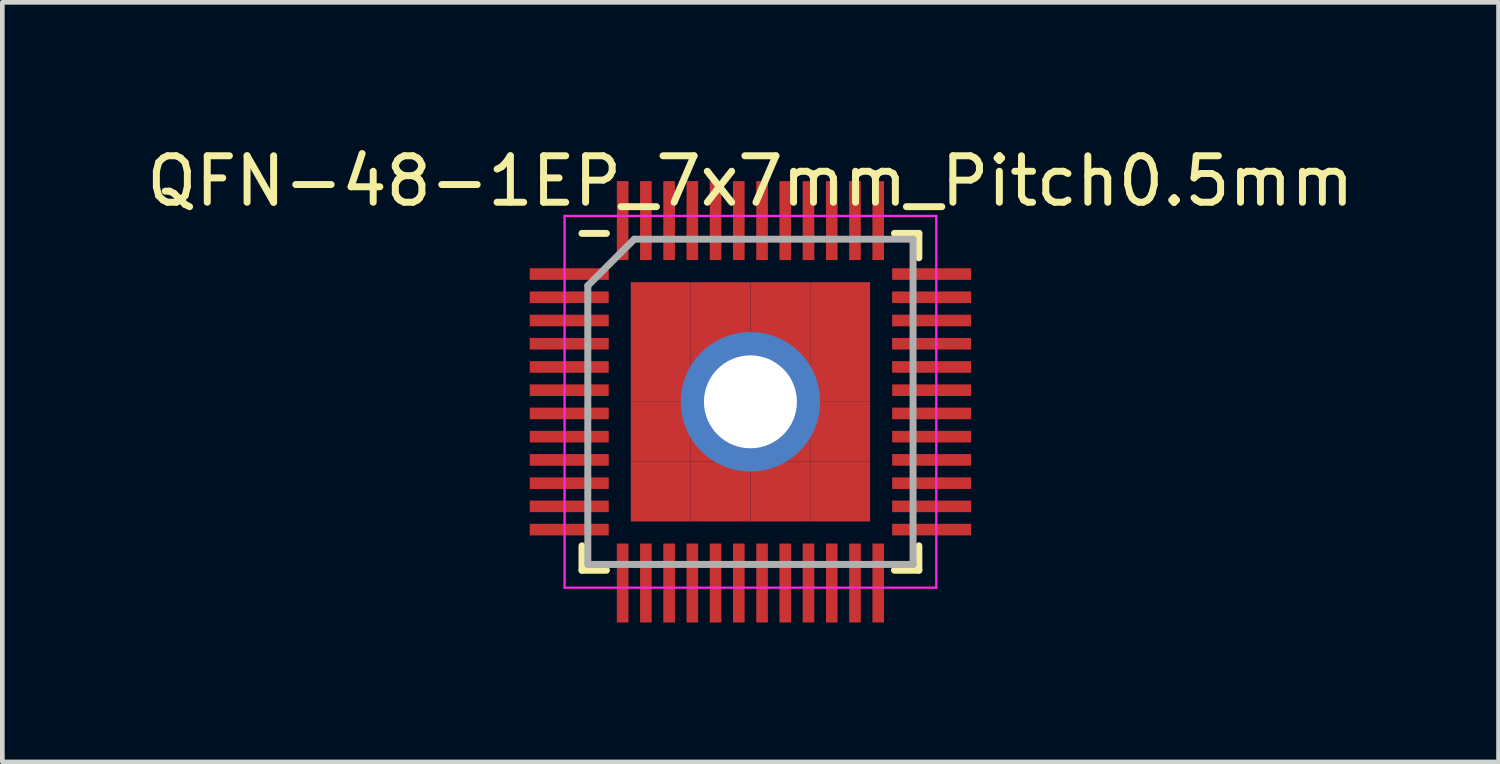
<source format=kicad_pcb>
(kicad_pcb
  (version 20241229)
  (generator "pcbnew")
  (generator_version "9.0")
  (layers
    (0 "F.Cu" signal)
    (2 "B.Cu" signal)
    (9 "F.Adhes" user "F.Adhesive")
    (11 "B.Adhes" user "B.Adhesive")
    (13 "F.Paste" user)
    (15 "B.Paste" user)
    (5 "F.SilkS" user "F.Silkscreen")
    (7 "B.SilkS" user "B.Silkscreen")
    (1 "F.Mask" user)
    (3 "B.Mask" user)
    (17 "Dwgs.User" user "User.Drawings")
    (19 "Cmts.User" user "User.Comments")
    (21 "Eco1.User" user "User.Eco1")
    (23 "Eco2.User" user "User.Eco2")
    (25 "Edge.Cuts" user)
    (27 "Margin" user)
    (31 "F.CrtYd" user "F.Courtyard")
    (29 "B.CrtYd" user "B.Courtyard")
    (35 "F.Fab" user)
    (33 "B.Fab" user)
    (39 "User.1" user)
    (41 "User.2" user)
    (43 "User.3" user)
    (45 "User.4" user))
  (footprint "QFN-48-1EP_7x7mm_Pitch0.5mm"
    (layer "F.Cu")
    (at 13.101 5.598)
    (property "Reference" "QFN-48-1EP_7x7mm_Pitch0.5mm" (at 0 -4.75 0) (layer "F.SilkS") (effects (font (size 1 1) (thickness 0.15))))
    (attr smd)
    (fp_line (start -3.625 -3.625) (end -3.1 -3.625) (stroke (width 0.15) (type solid)) (layer "F.SilkS"))
    (fp_line (start -3.625 3.625) (end -3.625 3.1) (stroke (width 0.15) (type solid)) (layer "F.SilkS"))
    (fp_line (start -3.625 3.625) (end -3.1 3.625) (stroke (width 0.15) (type solid)) (layer "F.SilkS"))
    (fp_line (start 3.625 -3.625) (end 3.1 -3.625) (stroke (width 0.15) (type solid)) (layer "F.SilkS"))
    (fp_line (start 3.625 -3.625) (end 3.625 -3.1) (stroke (width 0.15) (type solid)) (layer "F.SilkS"))
    (fp_line (start 3.625 3.625) (end 3.1 3.625) (stroke (width 0.15) (type solid)) (layer "F.SilkS"))
    (fp_line (start 3.625 3.625) (end 3.625 3.1) (stroke (width 0.15) (type solid)) (layer "F.SilkS"))
    (fp_line (start -4 -4) (end -4 4) (stroke (width 0.05) (type solid)) (layer "F.CrtYd"))
    (fp_line (start -4 -4) (end 4 -4) (stroke (width 0.05) (type solid)) (layer "F.CrtYd"))
    (fp_line (start -4 4) (end 4 4) (stroke (width 0.05) (type solid)) (layer "F.CrtYd"))
    (fp_line (start 4 -4) (end 4 4) (stroke (width 0.05) (type solid)) (layer "F.CrtYd"))
    (fp_line (start -3.5 -2.5) (end -2.5 -3.5) (stroke (width 0.15) (type solid)) (layer "F.Fab"))
    (fp_line (start -3.5 3.5) (end -3.5 -2.5) (stroke (width 0.15) (type solid)) (layer "F.Fab"))
    (fp_line (start -2.5 -3.5) (end 3.5 -3.5) (stroke (width 0.15) (type solid)) (layer "F.Fab"))
    (fp_line (start 3.5 -3.5) (end 3.5 3.5) (stroke (width 0.15) (type solid)) (layer "F.Fab"))
    (fp_line (start 3.5 3.5) (end -3.5 3.5) (stroke (width 0.15) (type solid)) (layer "F.Fab"))
    (pad "1" smd rect (at -3.9 -2.75) (size 1.7 0.25) (layers "F.Cu" "F.Mask" "F.Paste"))
    (pad "2" smd rect (at -3.9 -2.25) (size 1.7 0.25) (layers "F.Cu" "F.Mask" "F.Paste"))
    (pad "3" smd rect (at -3.9 -1.75) (size 1.7 0.25) (layers "F.Cu" "F.Mask" "F.Paste"))
    (pad "4" smd rect (at -3.9 -1.25) (size 1.7 0.25) (layers "F.Cu" "F.Mask" "F.Paste"))
    (pad "5" smd rect (at -3.9 -0.75) (size 1.7 0.25) (layers "F.Cu" "F.Mask" "F.Paste"))
    (pad "6" smd rect (at -3.9 -0.25) (size 1.7 0.25) (layers "F.Cu" "F.Mask" "F.Paste"))
    (pad "7" smd rect (at -3.9 0.25) (size 1.7 0.25) (layers "F.Cu" "F.Mask" "F.Paste"))
    (pad "8" smd rect (at -3.9 0.75) (size 1.7 0.25) (layers "F.Cu" "F.Mask" "F.Paste"))
    (pad "9" smd rect (at -3.9 1.25) (size 1.7 0.25) (layers "F.Cu" "F.Mask" "F.Paste"))
    (pad "10" smd rect (at -3.9 1.75) (size 1.7 0.25) (layers "F.Cu" "F.Mask" "F.Paste"))
    (pad "11" smd rect (at -3.9 2.25) (size 1.7 0.25) (layers "F.Cu" "F.Mask" "F.Paste"))
    (pad "12" smd rect (at -3.9 2.75) (size 1.7 0.25) (layers "F.Cu" "F.Mask" "F.Paste"))
    (pad "13" smd rect (at -2.75 3.9 90) (size 1.7 0.25) (layers "F.Cu" "F.Mask" "F.Paste"))
    (pad "14" smd rect (at -2.25 3.9 90) (size 1.7 0.25) (layers "F.Cu" "F.Mask" "F.Paste"))
    (pad "15" smd rect (at -1.75 3.9 90) (size 1.7 0.25) (layers "F.Cu" "F.Mask" "F.Paste"))
    (pad "16" smd rect (at -1.25 3.9 90) (size 1.7 0.25) (layers "F.Cu" "F.Mask" "F.Paste"))
    (pad "17" smd rect (at -0.75 3.9 90) (size 1.7 0.25) (layers "F.Cu" "F.Mask" "F.Paste"))
    (pad "18" smd rect (at -0.25 3.9 90) (size 1.7 0.25) (layers "F.Cu" "F.Mask" "F.Paste"))
    (pad "19" smd rect (at 0.25 3.9 90) (size 1.7 0.25) (layers "F.Cu" "F.Mask" "F.Paste"))
    (pad "20" smd rect (at 0.75 3.9 90) (size 1.7 0.25) (layers "F.Cu" "F.Mask" "F.Paste"))
    (pad "21" smd rect (at 1.25 3.9 90) (size 1.7 0.25) (layers "F.Cu" "F.Mask" "F.Paste"))
    (pad "22" smd rect (at 1.75 3.9 90) (size 1.7 0.25) (layers "F.Cu" "F.Mask" "F.Paste"))
    (pad "23" smd rect (at 2.25 3.9 90) (size 1.7 0.25) (layers "F.Cu" "F.Mask" "F.Paste"))
    (pad "24" smd rect (at 2.75 3.9 90) (size 1.7 0.25) (layers "F.Cu" "F.Mask" "F.Paste"))
    (pad "25" smd rect (at 3.9 2.75) (size 1.7 0.25) (layers "F.Cu" "F.Mask" "F.Paste"))
    (pad "26" smd rect (at 3.9 2.25) (size 1.7 0.25) (layers "F.Cu" "F.Mask" "F.Paste"))
    (pad "27" smd rect (at 3.9 1.75) (size 1.7 0.25) (layers "F.Cu" "F.Mask" "F.Paste"))
    (pad "28" smd rect (at 3.9 1.25) (size 1.7 0.25) (layers "F.Cu" "F.Mask" "F.Paste"))
    (pad "29" smd rect (at 3.9 0.75) (size 1.7 0.25) (layers "F.Cu" "F.Mask" "F.Paste"))
    (pad "30" smd rect (at 3.9 0.25) (size 1.7 0.25) (layers "F.Cu" "F.Mask" "F.Paste"))
    (pad "31" smd rect (at 3.9 -0.25) (size 1.7 0.25) (layers "F.Cu" "F.Mask" "F.Paste"))
    (pad "32" smd rect (at 3.9 -0.75) (size 1.7 0.25) (layers "F.Cu" "F.Mask" "F.Paste"))
    (pad "33" smd rect (at 3.9 -1.25) (size 1.7 0.25) (layers "F.Cu" "F.Mask" "F.Paste"))
    (pad "34" smd rect (at 3.9 -1.75) (size 1.7 0.25) (layers "F.Cu" "F.Mask" "F.Paste"))
    (pad "35" smd rect (at 3.9 -2.25) (size 1.7 0.25) (layers "F.Cu" "F.Mask" "F.Paste"))
    (pad "36" smd rect (at 3.9 -2.75) (size 1.7 0.25) (layers "F.Cu" "F.Mask" "F.Paste"))
    (pad "37" smd rect (at 2.75 -3.9 90) (size 1.7 0.25) (layers "F.Cu" "F.Mask" "F.Paste"))
    (pad "38" smd rect (at 2.25 -3.9 90) (size 1.7 0.25) (layers "F.Cu" "F.Mask" "F.Paste"))
    (pad "39" smd rect (at 1.75 -3.9 90) (size 1.7 0.25) (layers "F.Cu" "F.Mask" "F.Paste"))
    (pad "40" smd rect (at 1.25 -3.9 90) (size 1.7 0.25) (layers "F.Cu" "F.Mask" "F.Paste"))
    (pad "41" smd rect (at 0.75 -3.9 90) (size 1.7 0.25) (layers "F.Cu" "F.Mask" "F.Paste"))
    (pad "42" smd rect (at 0.25 -3.9 90) (size 1.7 0.25) (layers "F.Cu" "F.Mask" "F.Paste"))
    (pad "43" smd rect (at -0.25 -3.9 90) (size 1.7 0.25) (layers "F.Cu" "F.Mask" "F.Paste"))
    (pad "44" smd rect (at -0.75 -3.9 90) (size 1.7 0.25) (layers "F.Cu" "F.Mask" "F.Paste"))
    (pad "45" smd rect (at -1.25 -3.9 90) (size 1.7 0.25) (layers "F.Cu" "F.Mask" "F.Paste"))
    (pad "46" smd rect (at -1.75 -3.9 90) (size 1.7 0.25) (layers "F.Cu" "F.Mask" "F.Paste"))
    (pad "47" smd rect (at -2.25 -3.9 90) (size 1.7 0.25) (layers "F.Cu" "F.Mask" "F.Paste"))
    (pad "48" smd rect (at -2.75 -3.9 90) (size 1.7 0.25) (layers "F.Cu" "F.Mask" "F.Paste"))
    (pad "49" smd rect (at -1.931 -1.931) (size 1.288 1.288) (layers "F.Cu" "F.Mask" "F.Paste"))
    (pad "49" smd rect (at -1.931 -0.644) (size 1.288 1.288) (layers "F.Cu" "F.Mask" "F.Paste"))
    (pad "49" smd rect (at -1.931 0.644) (size 1.288 1.288) (layers "F.Cu" "F.Mask" "F.Paste"))
    (pad "49" smd rect (at -1.931 1.931) (size 1.288 1.288) (layers "F.Cu" "F.Mask" "F.Paste"))
    (pad "49" smd rect (at -0.644 -1.931) (size 1.288 1.288) (layers "F.Cu" "F.Mask" "F.Paste"))
    (pad "49" smd rect (at -0.644 -0.644) (size 1.288 1.288) (layers "F.Cu" "F.Mask" "F.Paste"))
    (pad "49" smd rect (at -0.644 0.644) (size 1.288 1.288) (layers "F.Cu" "F.Mask" "F.Paste"))
    (pad "49" smd rect (at -0.644 1.931) (size 1.288 1.288) (layers "F.Cu" "F.Mask" "F.Paste"))
    (pad "49" thru_hole circle (at 0 0) (size 3 3) (drill 2) (layers "*.Cu" "*.Mask"))
    (pad "49" smd rect (at 0.644 -1.931) (size 1.288 1.288) (layers "F.Cu" "F.Mask" "F.Paste"))
    (pad "49" smd rect (at 0.644 -0.644) (size 1.288 1.288) (layers "F.Cu" "F.Mask" "F.Paste"))
    (pad "49" smd rect (at 0.644 0.644) (size 1.288 1.288) (layers "F.Cu" "F.Mask" "F.Paste"))
    (pad "49" smd rect (at 0.644 1.931) (size 1.288 1.288) (layers "F.Cu" "F.Mask" "F.Paste"))
    (pad "49" smd rect (at 1.931 -1.931) (size 1.288 1.288) (layers "F.Cu" "F.Mask" "F.Paste"))
    (pad "49" smd rect (at 1.931 -0.644) (size 1.288 1.288) (layers "F.Cu" "F.Mask" "F.Paste"))
    (pad "49" smd rect (at 1.931 0.644) (size 1.288 1.288) (layers "F.Cu" "F.Mask" "F.Paste"))
    (pad "49" smd rect (at 1.931 1.931) (size 1.288 1.288) (layers "F.Cu" "F.Mask" "F.Paste")))
  (gr_rect
    (start -3 -3)
    (end 29.202 13.348)
    (stroke (width 0.1) (type default))
    (fill no)
    (layer "Edge.Cuts")))
</source>
